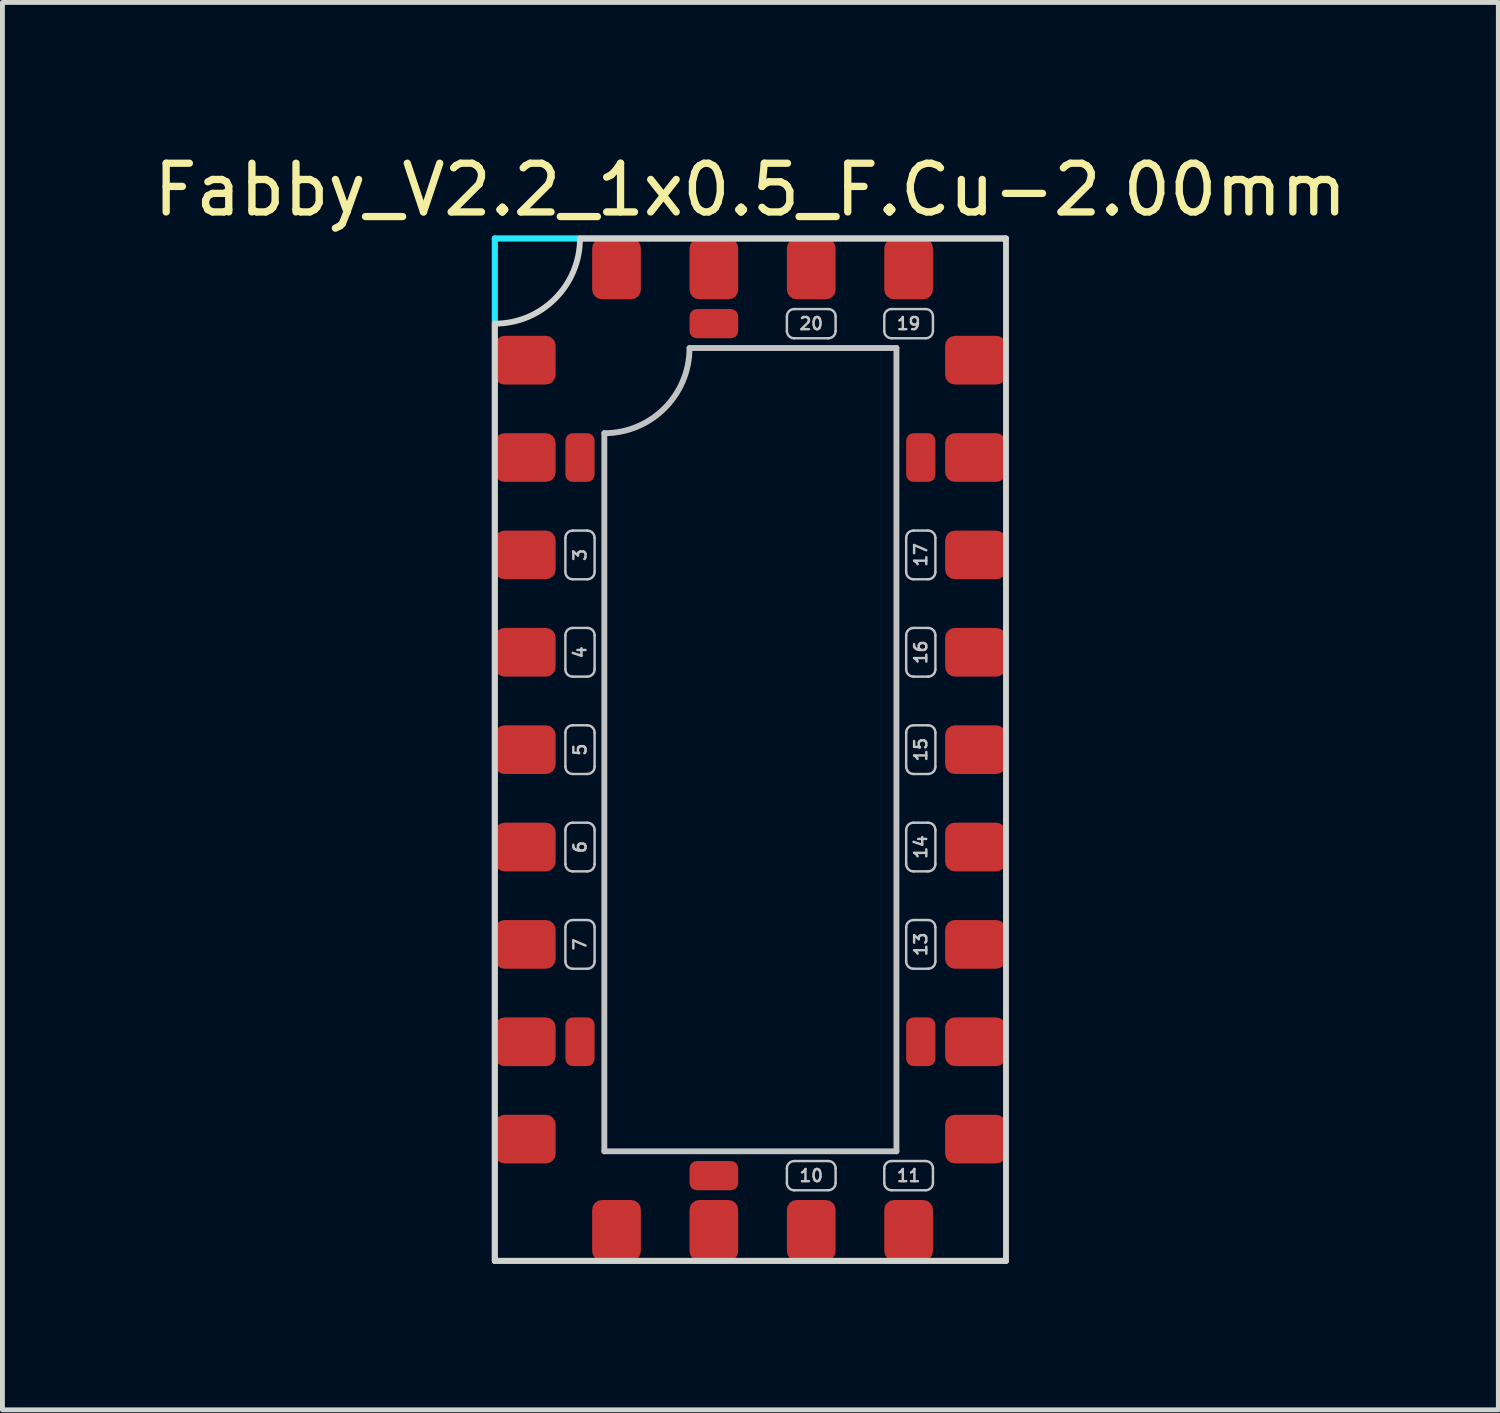
<source format=kicad_pcb>
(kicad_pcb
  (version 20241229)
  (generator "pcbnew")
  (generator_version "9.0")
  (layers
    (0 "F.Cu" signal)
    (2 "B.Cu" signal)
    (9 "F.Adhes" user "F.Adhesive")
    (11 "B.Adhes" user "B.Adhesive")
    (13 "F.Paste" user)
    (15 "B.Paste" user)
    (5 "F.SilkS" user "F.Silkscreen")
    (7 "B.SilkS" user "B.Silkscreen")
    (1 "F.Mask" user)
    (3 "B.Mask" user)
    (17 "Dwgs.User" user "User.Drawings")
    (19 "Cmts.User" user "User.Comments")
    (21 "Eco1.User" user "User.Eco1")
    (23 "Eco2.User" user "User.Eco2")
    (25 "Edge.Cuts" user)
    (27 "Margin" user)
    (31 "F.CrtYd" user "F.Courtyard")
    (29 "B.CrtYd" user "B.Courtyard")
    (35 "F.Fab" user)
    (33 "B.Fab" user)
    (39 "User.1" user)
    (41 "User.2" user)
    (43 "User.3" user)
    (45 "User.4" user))
  (footprint "Fabby_V2.2_1x0.5_F.Cu-2.00mm"
    (layer "F.Cu")
    (at 12.363 12.348)
    (property "Reference" "Fabby_V2.2_1x0.5_F.Cu-2.00mm" (at 0 -11.5 0) (layer "F.SilkS") (effects (font (size 1 1) (thickness 0.15))))
    (attr through_hole)
    (fp_line (start -3.8 -3.65) (end -3.8 -4.35) (stroke (width 0.05) (type solid)) (layer "Dwgs.User"))
    (fp_line (start -3.8 -1.65) (end -3.8 -2.35) (stroke (width 0.05) (type solid)) (layer "Dwgs.User"))
    (fp_line (start -3.8 0.35) (end -3.8 -0.35) (stroke (width 0.05) (type solid)) (layer "Dwgs.User"))
    (fp_line (start -3.8 2.35) (end -3.8 1.65) (stroke (width 0.05) (type solid)) (layer "Dwgs.User"))
    (fp_line (start -3.8 4.35) (end -3.8 3.65) (stroke (width 0.05) (type solid)) (layer "Dwgs.User"))
    (fp_line (start -3.65 -4.5) (end -3.35 -4.5) (stroke (width 0.05) (type solid)) (layer "Dwgs.User"))
    (fp_line (start -3.65 -3.5) (end -3.35 -3.5) (stroke (width 0.05) (type solid)) (layer "Dwgs.User"))
    (fp_line (start -3.65 -2.5) (end -3.35 -2.5) (stroke (width 0.05) (type solid)) (layer "Dwgs.User"))
    (fp_line (start -3.65 -1.5) (end -3.35 -1.5) (stroke (width 0.05) (type solid)) (layer "Dwgs.User"))
    (fp_line (start -3.65 -0.5) (end -3.35 -0.5) (stroke (width 0.05) (type solid)) (layer "Dwgs.User"))
    (fp_line (start -3.65 0.5) (end -3.35 0.5) (stroke (width 0.05) (type solid)) (layer "Dwgs.User"))
    (fp_line (start -3.65 1.5) (end -3.35 1.5) (stroke (width 0.05) (type solid)) (layer "Dwgs.User"))
    (fp_line (start -3.65 2.5) (end -3.35 2.5) (stroke (width 0.05) (type solid)) (layer "Dwgs.User"))
    (fp_line (start -3.65 3.5) (end -3.35 3.5) (stroke (width 0.05) (type solid)) (layer "Dwgs.User"))
    (fp_line (start -3.65 4.5) (end -3.35 4.5) (stroke (width 0.05) (type solid)) (layer "Dwgs.User"))
    (fp_line (start -3.2 -3.65) (end -3.2 -4.35) (stroke (width 0.05) (type solid)) (layer "Dwgs.User"))
    (fp_line (start -3.2 -1.65) (end -3.2 -2.35) (stroke (width 0.05) (type solid)) (layer "Dwgs.User"))
    (fp_line (start -3.2 0.35) (end -3.2 -0.35) (stroke (width 0.05) (type solid)) (layer "Dwgs.User"))
    (fp_line (start -3.2 2.35) (end -3.2 1.65) (stroke (width 0.05) (type solid)) (layer "Dwgs.User"))
    (fp_line (start -3.2 4.35) (end -3.2 3.65) (stroke (width 0.05) (type solid)) (layer "Dwgs.User"))
    (fp_line (start -3 8.25) (end -3 -6.5) (stroke (width 0.12) (type solid)) (layer "Dwgs.User"))
    (fp_line (start -1.25 -8.25) (end 3 -8.25) (stroke (width 0.12) (type solid)) (layer "Dwgs.User"))
    (fp_line (start 0.75 -8.9) (end 0.75 -8.6) (stroke (width 0.05) (type solid)) (layer "Dwgs.User"))
    (fp_line (start 0.75 8.6) (end 0.75 8.9) (stroke (width 0.05) (type solid)) (layer "Dwgs.User"))
    (fp_line (start 0.9 -9.05) (end 1.6 -9.05) (stroke (width 0.05) (type solid)) (layer "Dwgs.User"))
    (fp_line (start 0.9 -8.45) (end 1.6 -8.45) (stroke (width 0.05) (type solid)) (layer "Dwgs.User"))
    (fp_line (start 0.9 8.45) (end 1.6 8.45) (stroke (width 0.05) (type solid)) (layer "Dwgs.User"))
    (fp_line (start 0.9 9.05) (end 1.6 9.05) (stroke (width 0.05) (type solid)) (layer "Dwgs.User"))
    (fp_line (start 1.75 -8.9) (end 1.75 -8.6) (stroke (width 0.05) (type solid)) (layer "Dwgs.User"))
    (fp_line (start 1.75 8.6) (end 1.75 8.9) (stroke (width 0.05) (type solid)) (layer "Dwgs.User"))
    (fp_line (start 2.75 -8.9) (end 2.75 -8.6) (stroke (width 0.05) (type solid)) (layer "Dwgs.User"))
    (fp_line (start 2.75 8.6) (end 2.75 8.9) (stroke (width 0.05) (type solid)) (layer "Dwgs.User"))
    (fp_line (start 2.9 -9.05) (end 3.6 -9.05) (stroke (width 0.05) (type solid)) (layer "Dwgs.User"))
    (fp_line (start 2.9 -8.45) (end 3.6 -8.45) (stroke (width 0.05) (type solid)) (layer "Dwgs.User"))
    (fp_line (start 2.9 8.45) (end 3.6 8.45) (stroke (width 0.05) (type solid)) (layer "Dwgs.User"))
    (fp_line (start 2.9 9.05) (end 3.6 9.05) (stroke (width 0.05) (type solid)) (layer "Dwgs.User"))
    (fp_line (start 3 -8.25) (end 3 8.25) (stroke (width 0.12) (type solid)) (layer "Dwgs.User"))
    (fp_line (start 3 8.25) (end -3 8.25) (stroke (width 0.12) (type solid)) (layer "Dwgs.User"))
    (fp_line (start 3.2 -3.65) (end 3.2 -4.35) (stroke (width 0.05) (type solid)) (layer "Dwgs.User"))
    (fp_line (start 3.2 -1.65) (end 3.2 -2.35) (stroke (width 0.05) (type solid)) (layer "Dwgs.User"))
    (fp_line (start 3.2 0.35) (end 3.2 -0.35) (stroke (width 0.05) (type solid)) (layer "Dwgs.User"))
    (fp_line (start 3.2 2.35) (end 3.2 1.65) (stroke (width 0.05) (type solid)) (layer "Dwgs.User"))
    (fp_line (start 3.2 4.35) (end 3.2 3.65) (stroke (width 0.05) (type solid)) (layer "Dwgs.User"))
    (fp_line (start 3.35 -4.5) (end 3.65 -4.5) (stroke (width 0.05) (type solid)) (layer "Dwgs.User"))
    (fp_line (start 3.35 -3.5) (end 3.65 -3.5) (stroke (width 0.05) (type solid)) (layer "Dwgs.User"))
    (fp_line (start 3.35 -2.5) (end 3.65 -2.5) (stroke (width 0.05) (type solid)) (layer "Dwgs.User"))
    (fp_line (start 3.35 -1.5) (end 3.65 -1.5) (stroke (width 0.05) (type solid)) (layer "Dwgs.User"))
    (fp_line (start 3.35 -0.5) (end 3.65 -0.5) (stroke (width 0.05) (type solid)) (layer "Dwgs.User"))
    (fp_line (start 3.35 0.5) (end 3.65 0.5) (stroke (width 0.05) (type solid)) (layer "Dwgs.User"))
    (fp_line (start 3.35 1.5) (end 3.65 1.5) (stroke (width 0.05) (type solid)) (layer "Dwgs.User"))
    (fp_line (start 3.35 2.5) (end 3.65 2.5) (stroke (width 0.05) (type solid)) (layer "Dwgs.User"))
    (fp_line (start 3.35 3.5) (end 3.65 3.5) (stroke (width 0.05) (type solid)) (layer "Dwgs.User"))
    (fp_line (start 3.35 4.5) (end 3.65 4.5) (stroke (width 0.05) (type solid)) (layer "Dwgs.User"))
    (fp_line (start 3.75 -8.9) (end 3.75 -8.6) (stroke (width 0.05) (type solid)) (layer "Dwgs.User"))
    (fp_line (start 3.75 8.6) (end 3.75 8.9) (stroke (width 0.05) (type solid)) (layer "Dwgs.User"))
    (fp_line (start 3.8 -3.65) (end 3.8 -4.35) (stroke (width 0.05) (type solid)) (layer "Dwgs.User"))
    (fp_line (start 3.8 -1.65) (end 3.8 -2.35) (stroke (width 0.05) (type solid)) (layer "Dwgs.User"))
    (fp_line (start 3.8 0.35) (end 3.8 -0.35) (stroke (width 0.05) (type solid)) (layer "Dwgs.User"))
    (fp_line (start 3.8 2.35) (end 3.8 1.65) (stroke (width 0.05) (type solid)) (layer "Dwgs.User"))
    (fp_line (start 3.8 4.35) (end 3.8 3.65) (stroke (width 0.05) (type solid)) (layer "Dwgs.User"))
    (fp_arc (start -3.8 -4.35) (mid -3.756066 -4.456066) (end -3.65 -4.5) (stroke (width 0.05) (type solid)) (layer "Dwgs.User"))
    (fp_arc (start -3.8 -2.35) (mid -3.756066 -2.456066) (end -3.65 -2.5) (stroke (width 0.05) (type solid)) (layer "Dwgs.User"))
    (fp_arc (start -3.8 -0.35) (mid -3.756066 -0.456066) (end -3.65 -0.5) (stroke (width 0.05) (type solid)) (layer "Dwgs.User"))
    (fp_arc (start -3.8 1.65) (mid -3.756066 1.543934) (end -3.65 1.5) (stroke (width 0.05) (type solid)) (layer "Dwgs.User"))
    (fp_arc (start -3.8 3.65) (mid -3.756066 3.543934) (end -3.65 3.5) (stroke (width 0.05) (type solid)) (layer "Dwgs.User"))
    (fp_arc (start -3.65 -3.5) (mid -3.756066 -3.543934) (end -3.8 -3.65) (stroke (width 0.05) (type solid)) (layer "Dwgs.User"))
    (fp_arc (start -3.65 -1.5) (mid -3.756066 -1.543934) (end -3.8 -1.65) (stroke (width 0.05) (type solid)) (layer "Dwgs.User"))
    (fp_arc (start -3.65 0.5) (mid -3.756066 0.456066) (end -3.8 0.35) (stroke (width 0.05) (type solid)) (layer "Dwgs.User"))
    (fp_arc (start -3.65 2.5) (mid -3.756066 2.456066) (end -3.8 2.35) (stroke (width 0.05) (type solid)) (layer "Dwgs.User"))
    (fp_arc (start -3.65 4.5) (mid -3.756066 4.456066) (end -3.8 4.35) (stroke (width 0.05) (type solid)) (layer "Dwgs.User"))
    (fp_arc (start -3.35 -4.5) (mid -3.243934 -4.456066) (end -3.2 -4.35) (stroke (width 0.05) (type solid)) (layer "Dwgs.User"))
    (fp_arc (start -3.35 -2.5) (mid -3.243934 -2.456066) (end -3.2 -2.35) (stroke (width 0.05) (type solid)) (layer "Dwgs.User"))
    (fp_arc (start -3.35 -0.5) (mid -3.243934 -0.456066) (end -3.2 -0.35) (stroke (width 0.05) (type solid)) (layer "Dwgs.User"))
    (fp_arc (start -3.35 1.5) (mid -3.243934 1.543934) (end -3.2 1.65) (stroke (width 0.05) (type solid)) (layer "Dwgs.User"))
    (fp_arc (start -3.35 3.5) (mid -3.243934 3.543934) (end -3.2 3.65) (stroke (width 0.05) (type solid)) (layer "Dwgs.User"))
    (fp_arc (start -3.2 -3.65) (mid -3.243934 -3.543934) (end -3.35 -3.5) (stroke (width 0.05) (type solid)) (layer "Dwgs.User"))
    (fp_arc (start -3.2 -1.65) (mid -3.243934 -1.543934) (end -3.35 -1.5) (stroke (width 0.05) (type solid)) (layer "Dwgs.User"))
    (fp_arc (start -3.2 0.35) (mid -3.243934 0.456066) (end -3.35 0.5) (stroke (width 0.05) (type solid)) (layer "Dwgs.User"))
    (fp_arc (start -3.2 2.35) (mid -3.243934 2.456066) (end -3.35 2.5) (stroke (width 0.05) (type solid)) (layer "Dwgs.User"))
    (fp_arc (start -3.2 4.35) (mid -3.243934 4.456066) (end -3.35 4.5) (stroke (width 0.05) (type solid)) (layer "Dwgs.User"))
    (fp_arc (start -1.25 -8.25) (mid -1.762563 -7.012563) (end -3 -6.5) (stroke (width 0.12) (type solid)) (layer "Dwgs.User"))
    (fp_arc (start 0.75 -8.9) (mid 0.793934 -9.006066) (end 0.9 -9.05) (stroke (width 0.05) (type solid)) (layer "Dwgs.User"))
    (fp_arc (start 0.75 8.6) (mid 0.793934 8.493934) (end 0.9 8.45) (stroke (width 0.05) (type solid)) (layer "Dwgs.User"))
    (fp_arc (start 0.9 -8.45) (mid 0.793934 -8.493934) (end 0.75 -8.6) (stroke (width 0.05) (type solid)) (layer "Dwgs.User"))
    (fp_arc (start 0.9 9.05) (mid 0.793934 9.006066) (end 0.75 8.9) (stroke (width 0.05) (type solid)) (layer "Dwgs.User"))
    (fp_arc (start 1.6 -9.05) (mid 1.706066 -9.006066) (end 1.75 -8.9) (stroke (width 0.05) (type solid)) (layer "Dwgs.User"))
    (fp_arc (start 1.6 8.45) (mid 1.706066 8.493934) (end 1.75 8.6) (stroke (width 0.05) (type solid)) (layer "Dwgs.User"))
    (fp_arc (start 1.75 -8.6) (mid 1.706066 -8.493934) (end 1.6 -8.45) (stroke (width 0.05) (type solid)) (layer "Dwgs.User"))
    (fp_arc (start 1.75 8.9) (mid 1.706066 9.006066) (end 1.6 9.05) (stroke (width 0.05) (type solid)) (layer "Dwgs.User"))
    (fp_arc (start 2.75 -8.9) (mid 2.793934 -9.006066) (end 2.9 -9.05) (stroke (width 0.05) (type solid)) (layer "Dwgs.User"))
    (fp_arc (start 2.75 8.6) (mid 2.793934 8.493934) (end 2.9 8.45) (stroke (width 0.05) (type solid)) (layer "Dwgs.User"))
    (fp_arc (start 2.9 -8.45) (mid 2.793934 -8.493934) (end 2.75 -8.6) (stroke (width 0.05) (type solid)) (layer "Dwgs.User"))
    (fp_arc (start 2.9 9.05) (mid 2.793934 9.006066) (end 2.75 8.9) (stroke (width 0.05) (type solid)) (layer "Dwgs.User"))
    (fp_arc (start 3.2 -4.35) (mid 3.243934 -4.456066) (end 3.35 -4.5) (stroke (width 0.05) (type solid)) (layer "Dwgs.User"))
    (fp_arc (start 3.2 -2.35) (mid 3.243934 -2.456066) (end 3.35 -2.5) (stroke (width 0.05) (type solid)) (layer "Dwgs.User"))
    (fp_arc (start 3.2 -0.35) (mid 3.243934 -0.456066) (end 3.35 -0.5) (stroke (width 0.05) (type solid)) (layer "Dwgs.User"))
    (fp_arc (start 3.2 1.65) (mid 3.243934 1.543934) (end 3.35 1.5) (stroke (width 0.05) (type solid)) (layer "Dwgs.User"))
    (fp_arc (start 3.2 3.65) (mid 3.243934 3.543934) (end 3.35 3.5) (stroke (width 0.05) (type solid)) (layer "Dwgs.User"))
    (fp_arc (start 3.35 -3.5) (mid 3.243934 -3.543934) (end 3.2 -3.65) (stroke (width 0.05) (type solid)) (layer "Dwgs.User"))
    (fp_arc (start 3.35 -1.5) (mid 3.243934 -1.543934) (end 3.2 -1.65) (stroke (width 0.05) (type solid)) (layer "Dwgs.User"))
    (fp_arc (start 3.35 0.5) (mid 3.243934 0.456066) (end 3.2 0.35) (stroke (width 0.05) (type solid)) (layer "Dwgs.User"))
    (fp_arc (start 3.35 2.5) (mid 3.243934 2.456066) (end 3.2 2.35) (stroke (width 0.05) (type solid)) (layer "Dwgs.User"))
    (fp_arc (start 3.35 4.5) (mid 3.243934 4.456066) (end 3.2 4.35) (stroke (width 0.05) (type solid)) (layer "Dwgs.User"))
    (fp_arc (start 3.6 -9.05) (mid 3.706066 -9.006066) (end 3.75 -8.9) (stroke (width 0.05) (type solid)) (layer "Dwgs.User"))
    (fp_arc (start 3.6 8.45) (mid 3.706066 8.493934) (end 3.75 8.6) (stroke (width 0.05) (type solid)) (layer "Dwgs.User"))
    (fp_arc (start 3.65 -4.5) (mid 3.756066 -4.456066) (end 3.8 -4.35) (stroke (width 0.05) (type solid)) (layer "Dwgs.User"))
    (fp_arc (start 3.65 -2.5) (mid 3.756066 -2.456066) (end 3.8 -2.35) (stroke (width 0.05) (type solid)) (layer "Dwgs.User"))
    (fp_arc (start 3.65 -0.5) (mid 3.756066 -0.456066) (end 3.8 -0.35) (stroke (width 0.05) (type solid)) (layer "Dwgs.User"))
    (fp_arc (start 3.65 1.5) (mid 3.756066 1.543934) (end 3.8 1.65) (stroke (width 0.05) (type solid)) (layer "Dwgs.User"))
    (fp_arc (start 3.65 3.5) (mid 3.756066 3.543934) (end 3.8 3.65) (stroke (width 0.05) (type solid)) (layer "Dwgs.User"))
    (fp_arc (start 3.75 -8.6) (mid 3.706066 -8.493934) (end 3.6 -8.45) (stroke (width 0.05) (type solid)) (layer "Dwgs.User"))
    (fp_arc (start 3.75 8.9) (mid 3.706066 9.006066) (end 3.6 9.05) (stroke (width 0.05) (type solid)) (layer "Dwgs.User"))
    (fp_arc (start 3.8 -3.65) (mid 3.756066 -3.543934) (end 3.65 -3.5) (stroke (width 0.05) (type solid)) (layer "Dwgs.User"))
    (fp_arc (start 3.8 -1.65) (mid 3.756066 -1.543934) (end 3.65 -1.5) (stroke (width 0.05) (type solid)) (layer "Dwgs.User"))
    (fp_arc (start 3.8 0.35) (mid 3.756066 0.456066) (end 3.65 0.5) (stroke (width 0.05) (type solid)) (layer "Dwgs.User"))
    (fp_arc (start 3.8 2.35) (mid 3.756066 2.456066) (end 3.65 2.5) (stroke (width 0.05) (type solid)) (layer "Dwgs.User"))
    (fp_arc (start 3.8 4.35) (mid 3.756066 4.456066) (end 3.65 4.5) (stroke (width 0.05) (type solid)) (layer "Dwgs.User"))
    (fp_line (start -5.25 -8.75) (end -5.25 10.5) (stroke (width 0.12) (type solid)) (layer "Edge.Cuts"))
    (fp_line (start -5.25 10.5) (end 5.25 10.5) (stroke (width 0.12) (type solid)) (layer "Edge.Cuts"))
    (fp_line (start -3.5 -10.5) (end 5.25 -10.5) (stroke (width 0.12) (type solid)) (layer "Edge.Cuts"))
    (fp_line (start 5.25 -10.5) (end 5.25 10.5) (stroke (width 0.12) (type solid)) (layer "Edge.Cuts"))
    (fp_arc (start -3.5 -10.5) (mid -4.012563 -9.262563) (end -5.25 -8.75) (stroke (width 0.12) (type solid)) (layer "Edge.Cuts"))
    (fp_line (start -5.25 -10.5) (end 5.25 -10.5) (stroke (width 0.12) (type solid)) (layer "B.CrtYd"))
    (fp_line (start -5.25 10.5) (end -5.25 -10.5) (stroke (width 0.12) (type solid)) (layer "B.CrtYd"))
    (fp_line (start -5.25 10.5) (end 5.25 10.5) (stroke (width 0.12) (type solid)) (layer "B.CrtYd"))
    (fp_line (start -5.25 -10.5) (end 5.25 -10.5) (stroke (width 0.12) (type solid)) (layer "F.CrtYd"))
    (fp_line (start -5.25 10.5) (end -5.25 -10.5) (stroke (width 0.12) (type solid)) (layer "F.CrtYd"))
    (fp_line (start -5.25 10.5) (end 5.25 10.5) (stroke (width 0.12) (type solid)) (layer "F.CrtYd"))
    (fp_text user "5" (at -3.5 0 90) (layer "Dwgs.User") (effects (font (size 0.25 0.25) (thickness 0.05))))
    (fp_text user "10" (at 1.25 8.75 0) (layer "Dwgs.User") (effects (font (size 0.25 0.25) (thickness 0.05))))
    (fp_text user "3" (at -3.5 -4 90) (layer "Dwgs.User") (effects (font (size 0.25 0.25) (thickness 0.05))))
    (fp_text user "11" (at 3.25 8.75 0) (layer "Dwgs.User") (effects (font (size 0.25 0.25) (thickness 0.05))))
    (fp_text user "15" (at 3.5 0 90) (layer "Dwgs.User") (effects (font (size 0.25 0.25) (thickness 0.05))))
    (fp_text user "7" (at -3.5 4 90) (layer "Dwgs.User") (effects (font (size 0.25 0.25) (thickness 0.05))))
    (fp_text user "16" (at 3.5 -2 90) (layer "Dwgs.User") (effects (font (size 0.25 0.25) (thickness 0.05))))
    (fp_text user "14" (at 3.5 2 90) (layer "Dwgs.User") (effects (font (size 0.25 0.25) (thickness 0.05))))
    (fp_text user "19" (at 3.25 -8.75 0) (layer "Dwgs.User") (effects (font (size 0.25 0.25) (thickness 0.05))))
    (fp_text user "4" (at -3.5 -2 90) (layer "Dwgs.User") (effects (font (size 0.25 0.25) (thickness 0.05))))
    (fp_text user "6" (at -3.5 2 90) (layer "Dwgs.User") (effects (font (size 0.25 0.25) (thickness 0.05))))
    (fp_text user "13" (at 3.5 4 90) (layer "Dwgs.User") (effects (font (size 0.25 0.25) (thickness 0.05))))
    (fp_text user "17" (at 3.5 -4 90) (layer "Dwgs.User") (effects (font (size 0.25 0.25) (thickness 0.05))))
    (fp_text user "20" (at 1.25 -8.75 0) (layer "Dwgs.User") (effects (font (size 0.25 0.25) (thickness 0.05))))
    (pad "" smd roundrect (at -4.75 -6 90) (size 1 1.25) (drill (offset 0 0.125)) (layers "F.Cu" "F.Mask" "F.Paste") (roundrect_rratio 0.2))
    (pad "" smd roundrect (at -4.75 6 90) (size 1 1.25) (drill (offset 0 0.125)) (layers "F.Cu" "F.Mask" "F.Paste") (roundrect_rratio 0.2))
    (pad "" smd roundrect (at -0.75 -10) (size 1 1.25) (drill (offset 0 0.125)) (layers "F.Cu" "F.Mask" "F.Paste") (roundrect_rratio 0.2))
    (pad "" smd roundrect (at -0.75 10 180) (size 1 1.25) (drill (offset 0 0.125)) (layers "F.Cu" "F.Mask" "F.Paste") (roundrect_rratio 0.2))
    (pad "" smd roundrect (at 4.75 -6 270) (size 1 1.25) (drill (offset 0 0.125)) (layers "F.Cu" "F.Mask" "F.Paste") (roundrect_rratio 0.2))
    (pad "" smd roundrect (at 4.75 6 270) (size 1 1.25) (drill (offset 0 0.125)) (layers "F.Cu" "F.Mask" "F.Paste") (roundrect_rratio 0.2))
    (pad "1" smd roundrect (at -4.75 -8 90) (size 1 1.25) (drill (offset 0 0.125)) (layers "F.Cu" "F.Mask" "F.Paste") (roundrect_rratio 0.2))
    (pad "1" smd roundrect (at -4.75 8 90) (size 1 1.25) (drill (offset 0 0.125)) (layers "F.Cu" "F.Mask" "F.Paste") (roundrect_rratio 0.2))
    (pad "1" smd roundrect (at -2.75 -10) (size 1 1.25) (drill (offset 0 0.125)) (layers "F.Cu" "F.Mask" "F.Paste") (roundrect_rratio 0.2))
    (pad "1" smd roundrect (at -2.75 10 180) (size 1 1.25) (drill (offset 0 0.125)) (layers "F.Cu" "F.Mask" "F.Paste") (roundrect_rratio 0.2))
    (pad "1" smd roundrect (at 4.75 -8 270) (size 1 1.25) (drill (offset 0 0.125)) (layers "F.Cu" "F.Mask" "F.Paste") (roundrect_rratio 0.2))
    (pad "1" smd roundrect (at 4.75 8 270) (size 1 1.25) (drill (offset 0 0.125)) (layers "F.Cu" "F.Mask" "F.Paste") (roundrect_rratio 0.2))
    (pad "2" smd roundrect (at -3.5 -6) (size 0.6 1) (layers "F.Cu" "F.Mask" "F.Paste") (roundrect_rratio 0.25))
    (pad "3" smd roundrect (at -4.75 -4 90) (size 1 1.25) (drill (offset 0 0.125)) (layers "F.Cu" "F.Mask" "F.Paste") (roundrect_rratio 0.2))
    (pad "4" smd roundrect (at -4.75 -2 90) (size 1 1.25) (drill (offset 0 0.125)) (layers "F.Cu" "F.Mask" "F.Paste") (roundrect_rratio 0.2))
    (pad "5" smd roundrect (at -4.75 0 90) (size 1 1.25) (drill (offset 0 0.125)) (layers "F.Cu" "F.Mask" "F.Paste") (roundrect_rratio 0.2))
    (pad "6" smd roundrect (at -4.75 2 90) (size 1 1.25) (drill (offset 0 0.125)) (layers "F.Cu" "F.Mask" "F.Paste") (roundrect_rratio 0.2))
    (pad "7" smd roundrect (at -4.75 4 90) (size 1 1.25) (drill (offset 0 0.125)) (layers "F.Cu" "F.Mask" "F.Paste") (roundrect_rratio 0.2))
    (pad "8" smd roundrect (at -3.5 6) (size 0.6 1) (layers "F.Cu" "F.Mask" "F.Paste") (roundrect_rratio 0.25))
    (pad "9" smd roundrect (at -0.75 8.75 90) (size 0.6 1) (layers "F.Cu" "F.Mask" "F.Paste") (roundrect_rratio 0.25))
    (pad "10" smd roundrect (at 1.25 10 180) (size 1 1.25) (drill (offset 0 0.125)) (layers "F.Cu" "F.Mask" "F.Paste") (roundrect_rratio 0.2))
    (pad "11" smd roundrect (at 3.25 10 180) (size 1 1.25) (drill (offset 0 0.125)) (layers "F.Cu" "F.Mask" "F.Paste") (roundrect_rratio 0.2))
    (pad "12" smd roundrect (at 3.5 6) (size 0.6 1) (layers "F.Cu" "F.Mask" "F.Paste") (roundrect_rratio 0.25))
    (pad "13" smd roundrect (at 4.75 4 270) (size 1 1.25) (drill (offset 0 0.125)) (layers "F.Cu" "F.Mask" "F.Paste") (roundrect_rratio 0.2))
    (pad "14" smd roundrect (at 4.75 2 270) (size 1 1.25) (drill (offset 0 0.125)) (layers "F.Cu" "F.Mask" "F.Paste") (roundrect_rratio 0.2))
    (pad "15" smd roundrect (at 4.75 0 270) (size 1 1.25) (drill (offset 0 0.125)) (layers "F.Cu" "F.Mask" "F.Paste") (roundrect_rratio 0.2))
    (pad "16" smd roundrect (at 4.75 -2 270) (size 1 1.25) (drill (offset 0 0.125)) (layers "F.Cu" "F.Mask" "F.Paste") (roundrect_rratio 0.2))
    (pad "17" smd roundrect (at 4.75 -4 270) (size 1 1.25) (drill (offset 0 0.125)) (layers "F.Cu" "F.Mask" "F.Paste") (roundrect_rratio 0.2))
    (pad "18" smd roundrect (at 3.5 -6) (size 0.6 1) (layers "F.Cu" "F.Mask" "F.Paste") (roundrect_rratio 0.25))
    (pad "19" smd roundrect (at 3.25 -10) (size 1 1.25) (drill (offset 0 0.125)) (layers "F.Cu" "F.Mask" "F.Paste") (roundrect_rratio 0.2))
    (pad "20" smd roundrect (at 1.25 -10) (size 1 1.25) (drill (offset 0 0.125)) (layers "F.Cu" "F.Mask" "F.Paste") (roundrect_rratio 0.2))
    (pad "21" smd roundrect (at -0.75 -8.75 270) (size 0.6 1) (layers "F.Cu" "F.Mask" "F.Paste") (roundrect_rratio 0.25)))
  (gr_rect
    (start -3 -3)
    (end 27.726 25.908)
    (stroke (width 0.1) (type default))
    (fill no)
    (layer "Edge.Cuts")))
</source>
